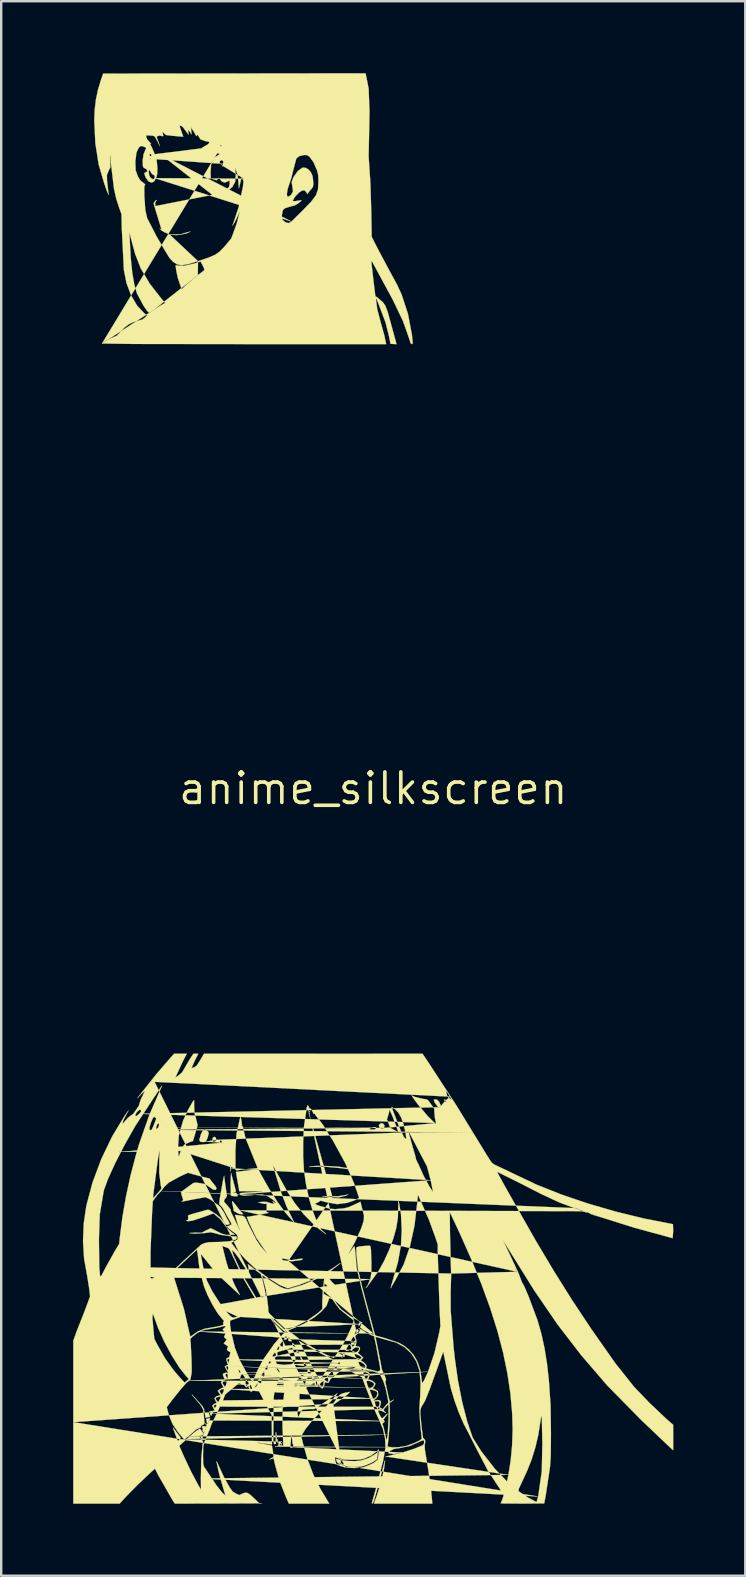
<source format=kicad_pcb>
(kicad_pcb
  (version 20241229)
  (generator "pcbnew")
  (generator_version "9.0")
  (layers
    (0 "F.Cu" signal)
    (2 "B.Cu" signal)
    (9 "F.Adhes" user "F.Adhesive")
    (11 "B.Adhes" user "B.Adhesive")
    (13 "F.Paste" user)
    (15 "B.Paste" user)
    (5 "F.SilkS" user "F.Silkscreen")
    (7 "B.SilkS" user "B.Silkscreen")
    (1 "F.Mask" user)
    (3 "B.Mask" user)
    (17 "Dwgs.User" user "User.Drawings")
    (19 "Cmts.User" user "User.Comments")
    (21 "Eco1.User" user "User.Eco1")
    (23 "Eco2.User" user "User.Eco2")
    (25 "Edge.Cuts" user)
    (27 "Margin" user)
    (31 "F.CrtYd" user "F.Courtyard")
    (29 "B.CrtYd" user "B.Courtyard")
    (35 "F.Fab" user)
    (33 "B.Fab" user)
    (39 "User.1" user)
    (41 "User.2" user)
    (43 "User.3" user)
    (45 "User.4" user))
  (footprint "anime_silkscreen"
    (layer "F.Cu")
    (at 12.505 29.809)
    (property "Reference" "anime_silkscreen" (at 0 0 0) (layer "F.SilkS") (effects (font (size 1.27 1.27) (thickness 0.15))))
    (attr through_hole)
    (fp_poly (pts (xy -11.303 -18.544) (xy -11.114 -18.679) (xy -10.843 -18.803) (xy -10.689 -18.869) (xy -10.55 -19.013) (xy -10.374 -19.201) (xy -10.195 -19.339) (xy -9.999 -19.436) (xy -9.775 -19.5) (xy -9.619 -19.546) (xy -9.514 -19.625) (xy -9.424 -19.714) (xy -9.541 -19.804) (xy -9.838 -20.116) (xy -10.092 -20.55) (xy -10.284 -21.062) (xy -10.393 -21.611) (xy -10.48 -23.334) (xy -10.494 -23.937) (xy -10.587 -24.193) (xy -10.711 -24.578) (xy -10.803 -24.982) (xy -10.923 -25.973) (xy -10.967 -26.405) (xy -10.975 -26.375) (xy -10.968 -26.158) (xy -10.955 -25.884) (xy -11.033 -25.731) (xy -11.099 -25.566) (xy -11.094 -25.335) (xy -11.046 -24.916) (xy -11.022 -24.731) (xy -11.089 -24.867) (xy -11.215 -25.223) (xy -11.443 -26.003) (xy -11.581 -26.886) (xy -11.627 -27.832) (xy -11.61 -28.282) (xy -11.558 -28.712) (xy -11.47 -29.127) (xy -11.347 -29.532) (xy -11.255 -29.792) (xy -5.787 -29.798) (xy -0.319 -29.804) (xy -0.269 -29.562) (xy -0.192 -29.166) (xy -0.155 -28.22) (xy -0.178 -27.041) (xy -0.193 -26.357) (xy -0.119 -25.246) (xy -0.08 -23.972) (xy -0.065 -22.992) (xy 0.174 -22.52) (xy 0.632 -21.658) (xy 0.989 -21.004) (xy 1.183 -20.584) (xy 1.447 -19.777) (xy 1.611 -18.916) (xy 1.645 -18.576) (xy 1.634 -18.527) (xy 1.603 -18.518) (xy 1.557 -18.559) (xy 1.505 -18.724) (xy 1.241 -19.475) (xy 0.812 -20.371) (xy -0.051 -21.965) (xy -0.072 -21.967) (xy -0.07 -21.859) (xy 0.006 -21.193) (xy 0.088 -20.521) (xy 0.192 -20.445) (xy 0.401 -20.266) (xy 0.505 -20.117) (xy 0.603 -19.859) (xy 0.95 -18.593) (xy 0.966 -18.515) (xy 0.843 -18.522) (xy 0.72 -18.53) (xy 0.656 -18.848) (xy 0.515 -19.415) (xy 0.15 -20.376) (xy 0.12 -20.422) (xy 0.113 -20.393) (xy 0.165 -19.983) (xy 0.298 -19.474) (xy 0.464 -18.872) (xy 0.526 -18.571) (xy 0.538 -18.518) (xy -5.39 -18.518) (xy -9.965 -18.524) (xy -11.303 -18.544) (xy -11.303 -18.544) (xy -9.164 -19.933) (xy -8.851 -20.137) (xy -8.674 -20.232) (xy -8.835 -20.421) (xy -9.315 -21.037) (xy -9.692 -21.679) (xy -9.922 -22.274) (xy -10.102 -22.933) (xy -10.158 -23.181) (xy -10.145 -22.827) (xy -10.105 -22.099) (xy -10.042 -21.489) (xy -9.957 -21.001) (xy -9.85 -20.638) (xy -9.575 -20.119) (xy -9.426 -19.904) (xy -9.333 -19.816) (xy -9.164 -19.933) (xy -9.164 -19.933) (xy -7.31 -21.394) (xy -7.045 -21.595) (xy -7.044 -21.655) (xy -7.106 -21.79) (xy -7.195 -21.958) (xy -7.457 -21.878) (xy -7.872 -21.785) (xy -8.173 -21.795) (xy -8.233 -21.808) (xy -8.235 -21.757) (xy -8.199 -21.528) (xy -8.145 -21.276) (xy -8.041 -20.966) (xy -7.982 -20.806) (xy -7.766 -21.014) (xy -7.31 -21.394) (xy -7.302 -21.975) (xy -6.855 -22.127) (xy -6.59 -22.241) (xy -6.409 -22.368) (xy -6.219 -22.559) (xy -5.912 -22.928) (xy -5.697 -23.524) (xy -5.556 -24.059) (xy -5.648 -23.858) (xy -5.782 -23.58) (xy -5.874 -23.453) (xy -5.829 -23.565) (xy -5.61 -24.223) (xy -5.429 -25.092) (xy -5.406 -25.305) (xy -5.445 -25.395) (xy -5.496 -25.463) (xy -5.514 -25.361) (xy -5.598 -25.002) (xy -5.615 -25.232) (xy -5.655 -25.587) (xy -5.746 -25.837) (xy -5.764 -25.857) (xy -5.756 -25.825) (xy -5.727 -25.587) (xy -5.749 -25.292) (xy -5.874 -25.063) (xy -6.053 -24.924) (xy -6.257 -24.872) (xy -6.458 -24.91) (xy -6.628 -25.037) (xy -6.695 -25.117) (xy -6.597 -25.124) (xy -6.503 -25.118) (xy -6.427 -25.072) (xy -6.313 -25.01) (xy -6.186 -24.989) (xy -6.075 -25.009) (xy -6.007 -25.071) (xy -5.981 -25.229) (xy -5.994 -25.341) (xy -6.068 -25.294) (xy -6.204 -25.248) (xy -6.336 -25.316) (xy -6.405 -25.424) (xy -6.435 -25.452) (xy -6.487 -25.393) (xy -6.526 -25.346) (xy -6.653 -25.386) (xy -6.771 -25.431) (xy -6.778 -25.664) (xy -6.759 -25.987) (xy -6.66 -26.221) (xy -6.579 -26.319) (xy -6.474 -26.385) (xy -6.389 -26.453) (xy -6.535 -26.475) (xy -6.616 -26.481) (xy -6.618 -26.497) (xy -6.599 -26.522) (xy -6.627 -26.537) (xy -6.77 -26.525) (xy -6.888 -26.501) (xy -6.865 -26.546) (xy -6.84 -26.578) (xy -6.85 -26.589) (xy -7.034 -26.547) (xy -7.317 -26.488) (xy -7.432 -26.474) (xy -7.302 -26.54) (xy -7.131 -26.633) (xy -7.123 -26.651) (xy -7.148 -26.663) (xy -7.144 -26.695) (xy -7.011 -26.771) (xy -6.88 -26.852) (xy -6.829 -26.915) (xy -6.86 -26.956) (xy -6.973 -26.971) (xy -7.042 -26.994) (xy -7.109 -27.018) (xy -7.205 -27.055) (xy -7.277 -27.177) (xy -7.325 -27.251) (xy -7.355 -27.201) (xy -7.364 -27.186) (xy -7.384 -27.203) (xy -7.468 -27.354) (xy -7.597 -27.556) (xy -7.574 -27.301) (xy -7.574 -27.255) (xy -7.637 -27.359) (xy -7.721 -27.461) (xy -7.705 -27.344) (xy -7.691 -27.242) (xy -7.815 -27.402) (xy -7.933 -27.561) (xy -8.01 -27.616) (xy -8.076 -27.622) (xy -7.999 -27.393) (xy -7.916 -27.162) (xy -8.052 -27.17) (xy -8.421 -27.205) (xy -8.632 -27.231) (xy -8.724 -27.303) (xy -8.782 -27.365) (xy -8.78 -27.321) (xy -8.752 -27.221) (xy -8.753 -27.191) (xy -8.797 -27.183) (xy -8.873 -27.208) (xy -8.916 -27.21) (xy -8.994 -27.179) (xy -9.021 -27.171) (xy -9.027 -27.147) (xy -8.963 -26.974) (xy -8.891 -26.767) (xy -8.993 -26.97) (xy -9.109 -27.176) (xy -9.187 -27.204) (xy -9.321 -27.213) (xy -9.462 -27.218) (xy -9.456 -27.14) (xy -9.425 -27.053) (xy -9.326 -26.944) (xy -9.257 -26.872) (xy -9.264 -26.863) (xy -9.294 -26.877) (xy -9.297 -26.857) (xy -9.201 -26.658) (xy -9.031 -26.252) (xy -8.994 -25.848) (xy -9.005 -25.595) (xy -9.047 -25.448) (xy -9.139 -25.29) (xy -9.239 -25.247) (xy -9.374 -25.306) (xy -9.489 -25.469) (xy -9.542 -25.628) (xy -9.523 -25.662) (xy -9.474 -25.68) (xy -9.403 -25.723) (xy -9.458 -25.809) (xy -9.548 -25.861) (xy -9.583 -25.886) (xy -9.604 -25.955) (xy -9.61 -26.175) (xy -9.572 -26.427) (xy -9.496 -26.619) (xy -9.464 -26.677) (xy -9.493 -26.717) (xy -9.619 -26.767) (xy -9.701 -26.768) (xy -9.766 -26.71) (xy -9.864 -26.515) (xy -9.915 -26.138) (xy -9.902 -25.766) (xy -9.807 -25.504) (xy -9.709 -25.341) (xy -9.623 -25.274) (xy -9.521 -25.194) (xy -9.499 -25.178) (xy -9.519 -25.157) (xy -9.543 -25.048) (xy -9.538 -24.665) (xy -9.5 -24.113) (xy -9.423 -23.771) (xy -9.019 -22.988) (xy -8.707 -22.461) (xy -8.491 -22.107) (xy -8.338 -21.945) (xy -8.174 -21.839) (xy -7.981 -21.808) (xy -7.708 -21.853) (xy -7.302 -21.975) (xy -7.302 -21.975) (xy -8.471 -23.073) (xy -8.459 -23.085) (xy -8.341 -23.082) (xy -8.042 -23.094) (xy -7.749 -23.178) (xy -7.615 -23.209) (xy -7.8 -23.125) (xy -8.172 -23.061) (xy -8.471 -23.073) (xy -8.809 -23.245) (xy -8.908 -23.341) (xy -8.795 -23.272) (xy -8.673 -23.176) (xy -8.687 -23.169) (xy -8.809 -23.245) (xy -8.809 -23.245) (xy -9.121 -24.263) (xy -9.151 -24.396) (xy -9.075 -24.501) (xy -9.028 -24.528) (xy -9.065 -24.454) (xy -9.092 -24.385) (xy -9.078 -24.283) (xy -9.065 -24.168) (xy -9.121 -24.263) (xy -9.121 -24.263) (xy -6.708 -24.739) (xy -6.748 -24.769) (xy -6.734 -24.782) (xy -6.58 -24.752) (xy -6.44 -24.708) (xy -6.546 -24.708) (xy -6.708 -24.739) (xy -6.708 -24.739) (xy -8.847 -26.421) (xy -8.854 -26.449) (xy -8.834 -26.434) (xy -8.818 -26.392) (xy -8.847 -26.421) (xy -8.847 -26.421) (xy -3.409 -23.626) (xy -2.963 -24.066) (xy -2.591 -24.45) (xy -2.388 -24.721) (xy -2.302 -24.969) (xy -2.285 -25.282) (xy -2.295 -25.564) (xy -2.341 -25.755) (xy -2.489 -26.098) (xy -2.652 -26.32) (xy -2.757 -26.396) (xy -2.886 -26.398) (xy -3.084 -26.35) (xy -3.204 -26.256) (xy -3.313 -25.849) (xy -3.418 -25.424) (xy -3.563 -24.999) (xy -3.6 -24.769) (xy -3.585 -24.677) (xy -3.544 -24.657) (xy -3.426 -24.733) (xy -3.345 -24.882) (xy -3.368 -25.073) (xy -3.401 -25.262) (xy -3.327 -25.472) (xy -3.146 -25.73) (xy -2.948 -25.874) (xy -2.822 -25.868) (xy -2.7 -25.798) (xy -2.596 -25.676) (xy -2.525 -25.515) (xy -2.492 -25.19) (xy -2.517 -25.064) (xy -2.567 -24.994) (xy -2.674 -24.873) (xy -2.749 -24.77) (xy -2.788 -24.849) (xy -2.86 -24.924) (xy -2.961 -24.92) (xy -3.091 -24.836) (xy -3.251 -24.672) (xy -3.352 -24.506) (xy -3.325 -24.475) (xy -3.246 -24.478) (xy -3.016 -24.514) (xy -2.989 -24.507) (xy -3 -24.485) (xy -3.154 -24.363) (xy -3.284 -24.292) (xy -3.434 -24.259) (xy -3.682 -24.18) (xy -3.765 -24.102) (xy -3.801 -23.934) (xy -3.816 -23.763) (xy -3.765 -23.68) (xy -3.633 -23.583) (xy -3.512 -23.563) (xy -3.409 -23.626) (xy -3.409 -23.626) (xy -9.108 -25.436) (xy -9.111 -25.532) (xy -9.174 -25.582) (xy -9.225 -25.612) (xy -9.272 -25.69) (xy -9.337 -25.79) (xy -9.356 -25.695) (xy -9.334 -25.545) (xy -9.281 -25.456) (xy -9.213 -25.403) (xy -9.149 -25.393) (xy -9.108 -25.436) (xy -9.108 -25.436) (xy -5.39 -25.412) (xy -5.415 -25.436) (xy -5.425 -25.412) (xy -5.4 -25.389) (xy -5.39 -25.412) (xy -6.263 -25.942) (xy -6.287 -25.967) (xy -6.31 -25.957) (xy -6.287 -25.932) (xy -6.263 -25.942) (xy -6.268 -26.031) (xy -6.241 -26.101) (xy -6.277 -26.169) (xy -6.333 -26.185) (xy -6.38 -26.154) (xy -6.401 -26.098) (xy -6.38 -26.037) (xy -6.325 -26.004) (xy -6.268 -26.031) (xy -6.268 -26.031) (xy -9.262 -26.239) (xy -9.287 -26.262) (xy -9.297 -26.239) (xy -9.272 -26.215) (xy -9.262 -26.239) (xy -9.246 -26.414) (xy -9.285 -26.451) (xy -9.325 -26.411) (xy -9.307 -26.355) (xy -9.254 -26.357) (xy -9.246 -26.414) (xy -6.316 -26.782) (xy -6.363 -26.829) (xy -6.381 -26.794) (xy -6.352 -26.75) (xy -6.302 -26.74) (xy -6.316 -26.782) (xy -6.316 -26.782)) (stroke (width 0.01) (type solid)) (fill yes) (layer "F.SilkS"))
    (fp_poly (pts (xy -12.5 26.409) (xy -12.5 23.014) (xy -12.372 22.654) (xy -12.018 21.754) (xy -11.802 21.171) (xy -11.843 20.809) (xy -11.927 20.283) (xy -12.05 19.608) (xy -12.096 18.877) (xy -12.066 18.127) (xy -11.959 17.398) (xy -11.702 16.43) (xy -11.335 15.447) (xy -10.878 14.496) (xy -10.349 13.622) (xy -10.192 13.409) (xy -10.288 13.585) (xy -10.413 13.829) (xy -10.458 13.981) (xy -10.397 13.925) (xy -10.246 13.747) (xy -10.111 13.637) (xy -10.012 13.568) (xy -9.929 13.457) (xy -9.843 13.333) (xy -9.771 13.228) (xy -9.704 13) (xy -9.582 12.743) (xy -9.51 12.6) (xy -9.68 12.753) (xy -9.838 12.919) (xy -9.727 12.773) (xy -9.037 11.902) (xy -8.426 11.195) (xy -8.296 11.054) (xy -8.033 11.054) (xy -7.769 11.054) (xy -7.925 11.351) (xy -8.246 12.045) (xy -8.099 11.948) (xy -7.966 11.831) (xy -7.862 11.653) (xy -7.63 11.257) (xy -7.494 11.054) (xy -7.393 11.054) (xy -7.291 11.054) (xy -7.439 11.348) (xy -7.575 11.653) (xy -7.465 11.623) (xy -7.357 11.55) (xy -7.209 11.318) (xy -7.053 11.054) (xy -2.5 11.054) (xy 2.052 11.055) (xy 2.248 11.341) (xy 3.479 13.231) (xy 4.795 15.38) (xy 4.927 15.576) (xy 5.026 15.664) (xy 6.802 16.509) (xy 7.826 16.916) (xy 8.933 17.293) (xy 10.102 17.633) (xy 11.311 17.929) (xy 12.491 18.158) (xy 12.5 18.45) (xy 12.478 18.742) (xy 10.885 18.308) (xy 9.342 17.823) (xy 9.305 17.818) (xy 9.292 17.806) (xy 9.247 17.794) (xy 9.217 17.799) (xy 9.219 17.783) (xy 9.22 17.767) (xy 9.187 17.773) (xy 9.155 17.779) (xy 9.156 17.762) (xy 9.158 17.746) (xy 9.125 17.752) (xy 9.091 17.746) (xy 8.976 17.682) (xy 8.837 17.648) (xy 8.854 17.658) (xy 8.871 17.67) (xy 7.777 17.261) (xy 6.986 16.895) (xy 6.177 16.479) (xy 5.158 15.973) (xy 5.405 16.429) (xy 5.927 17.356) (xy 6.762 18.825) (xy 7.538 20.128) (xy 8.299 21.34) (xy 9.091 22.533) (xy 10.093 23.96) (xy 10.872 24.939) (xy 11.508 25.603) (xy 12.214 26.271) (xy 12.5 26.52) (xy 12.5 27.049) (xy 12.5 27.578) (xy 12.444 27.534) (xy 11.163 26.317) (xy 9.748 24.877) (xy 8.661 23.613) (xy 7.675 22.331) (xy 6.703 20.91) (xy 5.656 19.231) (xy 5.412 18.835) (xy 5.639 19.314) (xy 6.048 20.183) (xy 6.197 20.577) (xy 6.203 20.588) (xy 6.293 20.745) (xy 6.468 21.153) (xy 6.841 22.15) (xy 7.006 22.723) (xy 7.14 23.333) (xy 7.245 23.989) (xy 7.322 24.7) (xy 7.391 25.717) (xy 7.406 26.877) (xy 7.399 27.801) (xy 7.369 28.262) (xy 7.186 29.477) (xy 7.125 29.795) (xy 6.219 29.804) (xy 5.312 29.796) (xy 5.375 29.641) (xy 5.437 29.451) (xy 5.29 29.209) (xy 4.77 28.416) (xy 4.281 27.477) (xy 3.986 26.894) (xy 3.773 26.486) (xy 3.569 26.015) (xy 3.384 25.506) (xy 3.229 24.981) (xy 2.957 23.663) (xy 2.918 23.471) (xy 2.816 23.757) (xy 2.37 24.993) (xy 2.166 25.505) (xy 2.084 25.648) (xy 2.011 25.762) (xy 1.962 25.899) (xy 1.965 26.11) (xy 2.008 26.544) (xy 2.052 26.912) (xy 2.072 27.05) (xy 2.116 27.105) (xy 2.157 27.15) (xy 2.167 27.233) (xy 2.145 27.368) (xy 2.155 27.581) (xy 2.291 28.387) (xy 2.39 29.05) (xy 2.449 29.643) (xy 2.462 29.804) (xy 1.244 29.804) (xy 0.027 29.804) (xy 0.148 29.474) (xy 0.325 28.92) (xy 0.449 28.357) (xy 0.497 27.999) (xy 0.475 28.037) (xy 0.427 28.231) (xy 0.166 29.21) (xy 0.021 29.715) (xy -0.032 29.804) (xy -0.063 29.791) (xy 0.093 29.244) (xy 0.408 28.044) (xy 0.511 27.465) (xy 0.49 27.074) (xy 0.399 26.686) (xy 0.255 26.335) (xy 0.1 26.002) (xy -0.364 24.823) (xy -0.464 24.54) (xy -0.716 24.417) (xy -0.976 24.267) (xy -0.857 24.184) (xy -0.736 24.116) (xy -0.786 24.106) (xy -1.042 24.138) (xy -1.284 24.189) (xy -1.501 24.386) (xy -1.697 24.555) (xy -1.776 24.606) (xy -1.832 24.705) (xy -1.853 24.759) (xy -1.897 24.771) (xy -1.984 24.753) (xy -2.013 24.75) (xy -2.021 24.786) (xy -2.058 24.923) (xy -2.115 25.012) (xy -2.191 24.963) (xy -2.26 24.863) (xy -2.284 24.818) (xy -2.291 24.837) (xy -2.331 24.917) (xy -2.37 24.941) (xy -2.404 24.905) (xy -2.438 24.81) (xy -2.446 24.774) (xy -2.495 24.788) (xy -2.716 24.923) (xy -2.831 24.994) (xy -2.864 24.997) (xy -2.829 24.794) (xy -2.794 24.62) (xy -2.719 24.553) (xy -2.692 24.538) (xy -2.729 24.534) (xy -2.881 24.483) (xy -2.98 24.434) (xy -3.136 24.621) (xy -3.275 24.81) (xy -3.279 24.954) (xy -3.266 25.03) (xy -3.194 24.922) (xy -3.097 24.768) (xy -3.077 24.834) (xy -3.074 25.226) (xy -3.083 25.672) (xy -3.121 25.854) (xy -3.154 25.974) (xy -3.153 26.088) (xy -3.125 26.2) (xy -3.053 26.053) (xy -3.005 25.947) (xy -2.945 25.89) (xy -2.673 25.864) (xy -2.46 25.865) (xy -2.152 25.668) (xy -1.588 25.275) (xy -1.488 25.201) (xy -1.553 25.301) (xy -1.965 25.752) (xy -2.532 26.332) (xy -2.819 26.687) (xy -2.962 26.923) (xy -3.003 26.99) (xy -2.928 27.298) (xy -2.738 27.96) (xy -2.501 28.581) (xy -2.212 29.173) (xy -1.866 29.747) (xy -1.829 29.804) (xy -2.672 29.804) (xy -3.515 29.804) (xy -3.621 29.57) (xy -3.909 28.847) (xy -4.095 28.171) (xy -4.154 27.914) (xy -4.238 27.94) (xy -4.339 27.965) (xy -4.254 27.912) (xy -4.166 27.864) (xy -4.157 27.809) (xy -4.188 27.576) (xy -4.224 27.385) (xy -4.521 27.326) (xy -4.823 27.275) (xy -4.832 27.267) (xy -4.779 27.265) (xy -4.271 27.336) (xy -4.219 27.347) (xy -4.226 26.729) (xy -4.234 26.111) (xy -4.499 25.619) (xy -4.777 25.091) (xy -4.81 25.055) (xy -4.833 25.075) (xy -4.867 25.093) (xy -4.939 25.042) (xy -4.989 24.989) (xy -5.025 25.074) (xy -5.082 25.158) (xy -5.143 25.095) (xy -5.186 24.967) (xy -5.198 24.885) (xy -5.244 24.928) (xy -5.299 24.966) (xy -5.333 24.908) (xy -5.396 24.846) (xy -5.515 24.817) (xy -5.598 24.787) (xy -5.884 25.02) (xy -6.17 25.252) (xy -6.25 25.463) (xy -6.506 26.015) (xy -6.733 26.48) (xy -6.816 26.708) (xy -6.893 26.895) (xy -7.034 27.231) (xy -7.084 27.43) (xy -7.093 27.794) (xy -7.087 28.135) (xy -7.054 28.262) (xy -6.545 29.027) (xy -6.287 29.353) (xy -6.157 29.468) (xy -6.223 29.262) (xy -6.414 28.597) (xy -6.537 28.044) (xy -6.513 28.064) (xy -6.461 28.179) (xy -6.229 28.685) (xy -5.981 29.131) (xy -5.855 29.305) (xy -5.719 29.386) (xy -5.583 29.448) (xy -5.474 29.397) (xy -5.347 29.349) (xy -5.242 29.358) (xy -5.119 29.439) (xy -4.938 29.608) (xy -4.76 29.781) (xy -4.635 29.789) (xy -4.735 29.792) (xy -5.099 29.795) (xy -6.39 29.8) (xy -8.269 29.804) (xy -8.35 29.684) (xy -8.957 28.627) (xy -9.097 28.347) (xy -9.328 28.556) (xy -9.795 28.998) (xy -10.303 29.513) (xy -10.568 29.804) (xy -11.534 29.804) (xy -12.5 29.804) (xy -12.5 26.409) (xy 6.873 29.507) (xy 7.023 28.46) (xy 7.047 27.321) (xy 7.025 26.231) (xy 7.01 26.146) (xy 7.003 26.148) (xy 6.877 26.952) (xy 6.755 27.467) (xy 6.609 27.941) (xy 6.425 28.413) (xy 6.187 28.927) (xy 6.055 29.212) (xy 6.059 29.289) (xy 6.458 29.555) (xy 6.805 29.741) (xy 6.873 29.507) (xy 6.873 29.507) (xy -7.184 28.757) (xy -7.167 27.896) (xy -7.11 27.327) (xy -7.089 27.224) (xy -7.131 27.171) (xy -7.218 27.07) (xy -7.24 26.993) (xy -7.145 26.947) (xy -7.068 26.912) (xy -7.091 26.869) (xy -7.156 26.762) (xy -7.229 26.679) (xy -7.462 26.835) (xy -7.972 27.294) (xy -8.083 27.398) (xy -7.897 27.821) (xy -7.588 28.475) (xy -7.282 29.049) (xy -7.179 29.221) (xy -7.184 28.757) (xy -7.184 28.757) (xy 5.632 28.606) (xy 5.729 27.994) (xy 5.788 27.358) (xy 5.809 26.71) (xy 5.791 26.06) (xy 5.716 25.218) (xy 5.589 24.366) (xy 5.408 23.493) (xy 5.169 22.59) (xy 4.87 21.648) (xy 4.508 20.657) (xy 4.08 19.608) (xy 3.584 18.492) (xy 3.265 17.814) (xy 3.191 17.669) (xy 3.199 18.533) (xy 3.228 19.679) (xy 3.248 20.283) (xy 3.226 20.978) (xy 3.228 21.77) (xy 3.354 23.346) (xy 3.406 23.794) (xy 3.531 24.683) (xy 3.707 25.573) (xy 3.917 26.387) (xy 4.142 27.048) (xy 4.502 27.624) (xy 5.07 28.354) (xy 5.575 28.881) (xy 5.632 28.606) (xy 5.632 28.606) (xy 0.514 27.842) (xy 0.502 27.854) (xy 0.513 27.882) (xy 0.514 27.842) (xy 0.514 27.842) (xy 1.219 27.676) (xy 1.728 27.511) (xy 2.048 27.378) (xy 2.101 27.328) (xy 2.121 27.265) (xy 2.108 27.157) (xy 1.995 27.194) (xy 1.534 27.398) (xy 1.09 27.492) (xy 0.865 27.523) (xy 0.734 27.59) (xy 0.644 27.66) (xy 0.63 27.705) (xy 0.854 27.739) (xy 1.219 27.676) (xy -3.356 27.45) (xy -3.324 27.443) (xy -3.33 27.413) (xy -3.339 27.351) (xy -3.352 27.325) (xy -3.364 27.299) (xy -3.382 27.116) (xy -3.409 26.96) (xy -3.426 27.071) (xy -3.447 27.35) (xy -3.446 27.479) (xy -3.427 27.485) (xy -3.356 27.45) (xy -3.356 27.45) (xy 1.079 27.449) (xy 1.384 27.397) (xy 1.688 27.288) (xy 1.935 27.173) (xy 2.022 27.106) (xy 1.955 26.461) (xy 1.921 25.87) (xy 1.958 25.294) (xy 1.972 24.775) (xy 1.927 24.264) (xy 1.795 23.878) (xy 1.587 23.55) (xy 1.307 23.287) (xy 0.958 23.094) (xy 0.092 22.852) (xy 0.137 23.064) (xy 0.322 24.008) (xy 0.358 24.21) (xy 0.406 24.32) (xy 0.503 24.532) (xy 0.535 24.646) (xy 0.518 24.686) (xy 0.503 24.741) (xy 0.546 24.926) (xy 0.638 25.361) (xy 0.696 25.56) (xy 0.799 25.497) (xy 0.864 25.47) (xy 0.765 25.551) (xy 0.677 25.611) (xy 0.69 25.89) (xy 0.684 26.531) (xy 0.628 27.158) (xy 0.596 27.426) (xy 0.808 27.469) (xy 1.079 27.449) (xy 1.079 27.449) (xy -4.042 27.429) (xy -4.062 27.408) (xy -4.083 27.429) (xy -4.062 27.45) (xy -4.042 27.429) (xy -3.753 27.259) (xy -3.783 26.606) (xy -3.779 25.878) (xy -3.722 25.288) (xy -3.706 25.099) (xy -3.728 24.842) (xy -3.762 24.61) (xy -3.802 24.557) (xy -3.866 24.531) (xy -3.901 24.526) (xy -3.903 24.566) (xy -3.954 24.715) (xy -4.101 25.043) (xy -4.148 25.372) (xy -4.166 27.162) (xy -4.141 27.27) (xy -4.138 27.293) (xy -4.136 27.318) (xy -4.1 27.325) (xy -4.061 27.314) (xy -4.055 27.268) (xy -4.062 27.21) (xy -4.065 26.846) (xy -4.053 26.822) (xy -4.039 26.887) (xy -4.022 27.075) (xy -4.016 27.141) (xy -4 27.137) (xy -3.984 27.12) (xy -3.982 27.148) (xy -3.981 27.242) (xy -3.974 27.28) (xy -3.957 27.252) (xy -3.943 27.235) (xy -3.948 27.284) (xy -3.949 27.344) (xy -3.922 27.36) (xy -3.771 27.393) (xy -3.754 27.4) (xy -3.753 27.259) (xy -3.753 27.259) (xy -3.862 27.315) (xy -3.889 27.29) (xy -3.857 27.289) (xy -3.812 27.319) (xy -3.819 27.343) (xy -3.862 27.315) (xy -3.862 27.315) (xy -3.844 27.221) (xy -3.822 27.2) (xy -3.813 27.221) (xy -3.835 27.242) (xy -3.844 27.221) (xy -3.844 27.221) (xy -8.063 27.118) (xy -8.021 27.058) (xy -8.106 26.95) (xy -8.273 26.726) (xy -8.348 26.628) (xy -8.335 26.683) (xy -8.248 26.919) (xy -8.164 27.154) (xy -8.128 27.188) (xy -8.063 27.118) (xy 0.603 26.934) (xy 0.639 26.266) (xy 0.637 25.73) (xy 0.623 25.673) (xy 0.532 25.762) (xy 0.434 25.888) (xy 0.442 25.93) (xy 0.483 25.97) (xy 0.533 26.026) (xy 0.465 25.997) (xy 0.328 25.931) (xy 0.218 25.916) (xy 0.208 25.957) (xy 0.258 26.09) (xy 0.359 26.258) (xy 0.48 26.159) (xy 0.581 26.059) (xy 0.597 26.059) (xy 0.582 26.098) (xy 0.485 26.223) (xy 0.426 26.3) (xy 0.45 26.348) (xy 0.477 26.391) (xy 0.434 26.432) (xy 0.378 26.472) (xy 0.427 26.612) (xy 0.542 27.116) (xy 0.559 27.158) (xy 0.603 26.934) (xy 0.603 26.934) (xy -7.714 27.006) (xy -7.388 26.721) (xy -7.237 26.643) (xy -7.198 26.64) (xy -7.183 26.599) (xy -7.164 26.554) (xy -7.111 26.529) (xy -7.056 26.503) (xy -7.032 26.452) (xy -7.081 25.906) (xy -7.168 25.732) (xy -7.362 25.494) (xy -7.546 25.289) (xy -7.561 25.254) (xy -7.129 25.727) (xy -7.055 25.859) (xy -7.019 26.036) (xy -6.994 26.225) (xy -6.932 26.212) (xy -6.83 26.2) (xy -6.801 26.191) (xy -6.822 26.138) (xy -6.854 26.025) (xy -6.838 25.978) (xy -6.767 25.949) (xy -6.634 25.934) (xy -6.603 25.929) (xy -6.648 25.849) (xy -6.708 25.729) (xy -6.648 25.66) (xy -6.554 25.617) (xy -6.524 25.602) (xy -6.574 25.52) (xy -6.62 25.41) (xy -6.528 25.329) (xy -6.401 25.294) (xy -6.37 25.289) (xy -6.418 25.205) (xy -6.481 25.106) (xy -6.416 25.048) (xy -6.294 24.978) (xy -6.235 24.967) (xy -6.297 24.853) (xy -6.345 24.751) (xy -6.32 24.709) (xy -6.226 24.666) (xy -6.17 24.654) (xy -6.221 24.559) (xy -6.271 24.427) (xy -6.228 24.368) (xy -6.112 24.346) (xy -6.034 24.346) (xy -6.077 24.299) (xy -6.187 24.096) (xy -6.114 24.042) (xy -6.041 24.012) (xy -6.084 23.953) (xy -6.121 23.813) (xy -6.106 23.744) (xy -6.058 23.725) (xy -6.009 23.705) (xy -5.988 23.641) (xy -5.956 23.531) (xy -5.96 23.496) (xy -6.022 23.46) (xy -6.099 23.401) (xy -6.073 23.304) (xy -6.053 23.252) (xy -6.078 23.232) (xy -6.173 23.172) (xy -6.231 23.124) (xy -6.167 23.044) (xy -6.103 22.963) (xy -6.167 22.923) (xy -6.219 22.852) (xy -6.168 22.742) (xy -6.146 22.688) (xy -6.206 22.62) (xy -6.281 22.55) (xy -6.213 22.49) (xy -6.146 22.421) (xy -6.196 22.401) (xy -6.321 22.43) (xy -6.488 22.471) (xy -7.102 22.578) (xy -7.328 22.688) (xy -7.526 22.841) (xy -7.625 22.941) (xy -7.605 23.138) (xy -7.571 23.867) (xy -7.565 24.321) (xy -7.591 24.479) (xy -7.613 24.599) (xy -7.622 24.637) (xy -7.787 24.772) (xy -8.01 25.023) (xy -8.364 25.464) (xy -8.604 25.787) (xy -8.517 26.117) (xy -8.361 26.497) (xy -8.094 26.884) (xy -7.874 27.137) (xy -7.714 27.006) (xy -7.714 27.006) (xy -7.094 26.975) (xy -7.154 26.991) (xy -7.198 27.016) (xy -7.174 27.067) (xy -7.137 27.122) (xy -7.113 27.052) (xy -7.094 26.975) (xy -7.094 26.975) (xy -6.961 26.586) (xy -7.099 26.573) (xy -7.146 26.613) (xy -7.112 26.667) (xy -7.09 26.683) (xy -7.104 26.71) (xy -7.118 26.746) (xy -7.093 26.797) (xy -7.057 26.853) (xy -7.005 26.723) (xy -6.961 26.586) (xy -6.961 26.586) (xy -6.937 26.505) (xy -6.969 26.471) (xy -6.994 26.456) (xy -7 26.479) (xy -6.969 26.512) (xy -6.937 26.505) (xy -6.937 26.505) (xy -6.835 26.34) (xy -6.792 26.24) (xy -6.87 26.254) (xy -6.963 26.276) (xy -6.931 26.446) (xy -6.892 26.451) (xy -6.835 26.34) (xy -6.835 26.34) (xy 0.427 26.367) (xy 0.395 26.346) (xy 0.375 26.367) (xy 0.407 26.387) (xy 0.427 26.367) (xy -6.706 26.054) (xy -6.669 25.97) (xy -6.725 25.984) (xy -6.801 26.02) (xy -6.792 26.095) (xy -6.756 26.145) (xy -6.706 26.054) (xy -6.706 26.054) (xy 0.396 25.865) (xy 0.513 25.72) (xy 0.63 25.597) (xy 0.606 25.43) (xy 0.515 24.993) (xy 0.42 24.7) (xy 0.336 24.53) (xy 0.286 24.426) (xy 0.222 24.361) (xy -0.068 24.275) (xy -0.302 24.233) (xy -0.385 24.254) (xy -0.437 24.291) (xy -0.359 24.288) (xy -0.212 24.323) (xy -0.164 24.369) (xy -0.146 24.424) (xy -0.185 24.56) (xy -0.225 24.637) (xy -0.167 24.637) (xy -0.041 24.685) (xy 0.077 24.777) (xy 0.089 24.819) (xy 0.061 24.891) (xy -0.014 24.985) (xy -0.014 25.004) (xy 0.054 25.036) (xy 0.19 25.119) (xy 0.211 25.28) (xy 0.141 25.393) (xy 0.01 25.504) (xy 0.009 25.516) (xy 0.094 25.502) (xy 0.205 25.487) (xy 0.275 25.505) (xy 0.319 25.541) (xy 0.32 25.611) (xy 0.278 25.771) (xy 0.259 25.84) (xy 0.275 25.87) (xy 0.35 25.886) (xy 0.396 25.865) (xy 0.396 25.865) (xy 0.23 25.771) (xy 0.269 25.624) (xy 0.246 25.541) (xy 0.148 25.531) (xy 0.057 25.552) (xy 0.085 25.67) (xy 0.147 25.82) (xy 0.177 25.867) (xy 0.23 25.771) (xy 0.23 25.771) (xy -6.555 25.762) (xy -6.532 25.682) (xy -6.594 25.683) (xy -6.642 25.724) (xy -6.633 25.792) (xy -6.603 25.822) (xy -6.555 25.762) (xy -6.421 25.505) (xy -6.365 25.39) (xy -6.364 25.354) (xy -6.406 25.346) (xy -6.522 25.378) (xy -6.57 25.412) (xy -6.56 25.456) (xy -6.468 25.575) (xy -6.421 25.505) (xy 0.046 25.428) (xy 0.131 25.351) (xy 0.17 25.23) (xy 0.163 25.153) (xy 0.084 25.101) (xy -0.056 25.057) (xy -0.151 25.066) (xy -0.006 25.45) (xy 0.046 25.428) (xy -6.228 25.026) (xy -6.327 25.044) (xy -6.411 25.109) (xy -6.361 25.201) (xy -6.303 25.269) (xy -6.253 25.16) (xy -6.22 25.069) (xy -6.228 25.026) (xy -6.228 25.026) (xy -5.051 25.029) (xy -5.06 24.954) (xy -5.083 24.909) (xy -5.115 24.846) (xy -5.14 24.842) (xy -5.146 24.917) (xy -5.109 25.082) (xy -5.078 25.088) (xy -5.051 25.029) (xy -5.051 25.029) (xy -4.824 24.893) (xy -4.827 24.777) (xy -4.958 24.97) (xy -4.912 25.022) (xy -4.851 25.026) (xy -4.824 24.893) (xy -4.824 24.893) (xy -0.084 24.981) (xy 0.004 24.909) (xy 0.042 24.825) (xy -0.003 24.762) (xy -0.105 24.708) (xy -0.214 24.681) (xy -0.281 24.7) (xy -0.251 24.841) (xy -0.198 24.986) (xy -0.164 25.011) (xy -0.084 24.981) (xy -0.084 24.981) (xy -6.128 24.837) (xy -6.104 24.722) (xy -6.165 24.701) (xy -6.259 24.727) (xy -6.286 24.761) (xy -6.26 24.826) (xy -6.179 24.94) (xy -6.128 24.837) (xy -6.128 24.837) (xy -2.088 24.893) (xy -2.058 24.683) (xy -2.175 24.757) (xy -2.229 24.822) (xy -2.196 24.904) (xy -2.137 24.95) (xy -2.088 24.893) (xy -5.188 24.765) (xy -5.302 24.641) (xy -5.327 24.747) (xy -5.313 24.866) (xy -5.288 24.912) (xy -5.228 24.855) (xy -5.186 24.803) (xy -5.188 24.765) (xy -5.188 24.765) (xy -2.324 24.833) (xy -2.348 24.724) (xy -2.385 24.669) (xy -2.392 24.749) (xy -2.373 24.883) (xy -2.348 24.886) (xy -2.324 24.833) (xy -2.324 24.833) (xy -4.66 24.731) (xy -4.668 24.605) (xy -4.706 24.533) (xy -4.765 24.624) (xy -4.809 24.715) (xy -4.755 24.769) (xy -4.689 24.811) (xy -4.66 24.731) (xy 2.284 24.309) (xy 2.551 23.528) (xy 2.751 22.669) (xy 2.799 22.398) (xy 2.763 21.679) (xy 2.688 19.398) (xy 2.687 19.002) (xy 2.575 18.668) (xy 2.323 17.98) (xy 1.864 16.934) (xy 1.834 17.252) (xy 1.717 18.23) (xy 1.528 19.094) (xy 1.269 19.837) (xy 0.942 20.452) (xy 0.772 20.749) (xy 0.73 20.833) (xy 0.743 20.747) (xy 1.028 19.747) (xy 1.156 19.034) (xy 1.186 18.392) (xy 1.156 17.752) (xy 1.05 17.117) (xy 1.042 17.455) (xy 1.026 17.902) (xy 0.961 18.308) (xy 0.843 18.74) (xy 0.669 19.215) (xy 0.456 19.685) (xy 0.225 20.104) (xy -0.259 20.772) (xy -0.318 20.825) (xy -0.236 20.71) (xy -0.122 20.439) (xy -0.081 20.209) (xy -0.076 19.783) (xy -0.095 19.211) (xy -0.117 19.086) (xy -0.147 19.054) (xy -0.381 19.066) (xy -0.609 19.092) (xy -0.674 19.117) (xy -0.697 19.123) (xy -0.707 19.159) (xy -0.702 19.424) (xy -0.634 20.04) (xy -0.479 20.71) (xy 0.043 22.666) (xy 0.074 22.764) (xy 0.113 22.806) (xy 0.456 22.898) (xy 1.059 23.098) (xy 1.278 23.221) (xy 1.472 23.374) (xy 1.687 23.615) (xy 1.848 23.894) (xy 1.956 24.213) (xy 2.011 24.575) (xy 2.037 24.792) (xy 2.121 24.666) (xy 2.284 24.309) (xy 2.284 24.309) (xy -7.769 24.686) (xy -7.686 24.609) (xy -7.789 24.503) (xy -8.072 24.146) (xy -8.392 23.641) (xy -8.702 23.069) (xy -8.955 22.51) (xy -9.167 21.933) (xy -9.19 21.896) (xy -9.202 22.071) (xy -9.155 22.626) (xy -9.123 22.937) (xy -9 23.178) (xy -8.673 23.754) (xy -8.336 24.221) (xy -8.138 24.46) (xy -7.861 24.762) (xy -7.769 24.686) (xy -1.872 24.695) (xy -1.886 24.547) (xy -1.902 24.487) (xy -1.816 24.501) (xy -1.693 24.502) (xy -1.646 24.458) (xy -1.678 24.35) (xy -1.711 24.273) (xy -1.764 24.335) (xy -1.929 24.515) (xy -2.041 24.632) (xy -1.987 24.687) (xy -1.906 24.739) (xy -1.872 24.695) (xy -1.872 24.695) (xy -4.98 24.614) (xy -4.827 24.259) (xy -4.588 23.804) (xy -4.135 23.163) (xy -3.897 22.876) (xy -3.74 22.724) (xy -3.726 22.684) (xy -3.844 22.57) (xy -4.127 22.294) (xy -4.304 22.054) (xy -4.534 21.741) (xy -4.755 21.476) (xy -4.845 21.367) (xy -4.93 21.507) (xy -5.143 21.778) (xy -5.392 21.972) (xy -5.719 22.091) (xy -5.966 22.18) (xy -5.97 22.329) (xy -5.925 22.64) (xy -5.764 23.314) (xy -5.57 23.812) (xy -5.291 24.325) (xy -5.111 24.616) (xy -5.02 24.721) (xy -4.98 24.614) (xy -5.374 24.616) (xy -5.333 24.574) (xy -5.461 24.387) (xy -5.508 24.447) (xy -5.551 24.57) (xy -5.554 24.629) (xy -5.49 24.637) (xy -5.374 24.616) (xy -2.474 24.544) (xy -2.547 24.45) (xy -2.549 24.624) (xy -2.476 24.637) (xy -2.418 24.637) (xy -2.474 24.544) (xy -0.256 24.591) (xy -0.2 24.467) (xy -0.197 24.399) (xy -0.233 24.358) (xy -0.34 24.326) (xy -0.423 24.341) (xy -0.311 24.637) (xy -0.256 24.591) (xy -0.256 24.591) (xy -6.101 24.391) (xy -6.168 24.411) (xy -6.13 24.513) (xy -6.073 24.606) (xy -6.062 24.502) (xy -6.061 24.412) (xy -6.101 24.391) (xy -6.101 24.391) (xy -2.142 24.538) (xy -1.951 24.262) (xy -1.802 24.012) (xy -1.691 23.82) (xy -1.689 23.79) (xy -1.714 23.775) (xy -2.169 23.554) (xy -2.721 23.247) (xy -3.099 23.02) (xy -3.016 23.167) (xy -2.694 23.804) (xy -2.383 24.402) (xy -2.229 24.596) (xy -2.142 24.538) (xy -4.531 24.47) (xy -4.531 24.37) (xy -4.563 24.293) (xy -4.667 24.46) (xy -4.559 24.511) (xy -4.531 24.47) (xy -2.583 24.378) (xy -2.68 24.202) (xy -2.722 24.226) (xy -2.75 24.305) (xy -2.739 24.354) (xy -2.693 24.372) (xy -2.583 24.378) (xy -2.583 24.378) (xy -5.522 24.328) (xy -5.575 24.252) (xy -5.62 24.209) (xy -5.591 24.329) (xy -5.552 24.353) (xy -5.522 24.328) (xy -5.522 24.328) (xy -3.889 24.332) (xy -3.928 24.258) (xy -3.979 24.177) (xy -4.012 24.158) (xy -4.036 24.174) (xy -3.979 24.267) (xy -3.923 24.338) (xy -3.889 24.332) (xy -3.889 24.332) (xy 0.241 24.283) (xy 0.288 24.245) (xy 0.283 24.111) (xy 0.12 23.216) (xy 0.032 22.825) (xy -0.041 22.802) (xy -0.28 22.69) (xy -0.51 22.542) (xy -0.613 22.489) (xy -0.584 22.523) (xy -0.542 22.563) (xy -0.61 22.682) (xy -0.717 22.786) (xy -0.756 22.816) (xy -0.735 22.885) (xy -0.697 23.037) (xy -0.719 23.173) (xy -0.737 23.232) (xy -0.698 23.242) (xy -0.595 23.265) (xy -0.554 23.298) (xy -0.552 23.363) (xy -0.603 23.48) (xy -0.645 23.524) (xy -0.531 23.615) (xy -0.417 23.722) (xy -0.481 23.792) (xy -0.516 23.846) (xy -0.42 23.896) (xy -0.311 23.999) (xy -0.28 24.055) (xy -0.287 24.112) (xy -0.306 24.169) (xy -0.064 24.234) (xy 0.181 24.302) (xy 0.241 24.283) (xy 0.241 24.283) (xy -6.049 24.081) (xy -6.102 24.085) (xy -6.145 24.098) (xy -6.099 24.186) (xy -6.052 24.273) (xy -6.046 24.182) (xy -6.049 24.081) (xy -6.049 24.081) (xy -1.533 24.25) (xy -1.5 24.17) (xy -1.528 24.077) (xy -1.563 24.076) (xy -1.614 24.14) (xy -1.654 24.212) (xy -1.643 24.244) (xy -1.533 24.25) (xy -1.533 24.25) (xy -0.433 24.193) (xy -0.488 24.184) (xy -0.488 24.228) (xy -0.469 24.25) (xy -0.431 24.238) (xy -0.386 24.214) (xy -0.433 24.193) (xy -4.396 24.127) (xy -4.413 24.033) (xy -4.517 24.205) (xy -4.46 24.221) (xy -4.405 24.208) (xy -4.396 24.127) (xy -4.396 24.127) (xy -0.328 24.107) (xy -0.337 24.05) (xy -0.392 23.982) (xy -0.52 23.901) (xy -0.62 23.897) (xy -0.583 24.008) (xy -0.525 24.091) (xy -0.448 24.13) (xy -0.35 24.153) (xy -0.328 24.107) (xy -2.742 24.091) (xy -2.883 23.923) (xy -2.896 24.004) (xy -2.885 24.062) (xy -2.839 24.092) (xy -2.753 24.114) (xy -2.742 24.09) (xy -2.742 24.091) (xy -3.416 23.993) (xy -3.297 23.934) (xy -3.25 23.824) (xy -3.245 23.727) (xy -3.275 23.617) (xy -3.34 23.403) (xy -3.38 23.304) (xy -3.475 23.338) (xy -3.86 23.45) (xy -3.968 23.482) (xy -4.005 23.52) (xy -4 23.576) (xy -3.995 23.633) (xy -4.036 23.679) (xy -4.106 23.721) (xy -4.083 23.809) (xy -4.042 23.935) (xy -4.012 23.983) (xy -3.723 24.023) (xy -3.416 23.993) (xy -3.416 23.993) (xy -1.379 23.945) (xy -1.414 23.898) (xy -1.474 23.945) (xy -1.492 23.985) (xy -1.439 23.992) (xy -1.385 23.983) (xy -1.379 23.945) (xy -4.271 23.872) (xy -4.271 23.773) (xy -4.322 23.856) (xy -4.371 23.953) (xy -4.323 23.971) (xy -4.279 23.956) (xy -4.271 23.872) (xy -4.271 23.872) (xy -6.002 23.799) (xy -6.042 23.762) (xy -6.084 23.811) (xy -6.058 23.915) (xy -6.034 23.946) (xy -6.019 23.898) (xy -6.002 23.799) (xy -6.002 23.799) (xy -2.937 23.816) (xy -2.984 23.727) (xy -3.031 23.648) (xy -3.038 23.709) (xy -3.008 23.798) (xy -2.937 23.816) (xy -2.937 23.816) (xy -0.547 23.783) (xy -0.479 23.726) (xy -0.576 23.635) (xy -0.723 23.575) (xy -0.792 23.575) (xy -0.729 23.7) (xy -0.64 23.825) (xy -0.547 23.783) (xy -1.476 23.502) (xy -1.24 23.131) (xy -1.056 22.782) (xy -0.888 22.406) (xy -0.812 22.17) (xy -1.059 21.976) (xy -1.405 21.697) (xy -1.6 21.437) (xy -1.688 21.296) (xy -1.787 21.25) (xy -1.844 21.252) (xy -1.866 21.338) (xy -1.949 21.564) (xy -2.177 21.814) (xy -2.437 22.027) (xy -2.885 22.309) (xy -3.513 22.575) (xy -3.543 22.589) (xy -3.525 22.622) (xy -3.39 22.707) (xy -3.256 22.805) (xy -3.003 23.002) (xy -2.484 23.319) (xy -1.95 23.603) (xy -1.642 23.736) (xy -1.476 23.502) (xy -1.203 23.685) (xy -1.188 23.62) (xy -1.206 23.537) (xy -1.232 23.537) (xy -1.278 23.603) (xy -1.333 23.709) (xy -1.203 23.685) (xy -1.203 23.685) (xy -4.082 23.657) (xy -4.053 23.628) (xy -4.055 23.579) (xy -4.091 23.507) (xy -4.154 23.567) (xy -4.208 23.663) (xy -4.163 23.678) (xy -4.082 23.657) (xy -3.128 23.471) (xy -3.167 23.414) (xy -3.191 23.413) (xy -3.196 23.497) (xy -3.087 23.552) (xy -3.128 23.471) (xy -0.725 23.503) (xy -0.635 23.448) (xy -0.594 23.364) (xy -0.592 23.318) (xy -0.629 23.297) (xy -0.738 23.289) (xy -0.829 23.348) (xy -0.895 23.413) (xy -0.853 23.473) (xy -0.804 23.529) (xy -0.725 23.503) (xy -0.979 23.398) (xy -0.922 23.367) (xy -0.919 23.282) (xy -0.966 23.156) (xy -1.002 23.148) (xy -1.078 23.268) (xy -1.152 23.436) (xy -1.075 23.44) (xy -0.979 23.398) (xy -3.936 23.387) (xy -3.917 23.309) (xy -3.918 23.231) (xy -3.969 23.294) (xy -4.019 23.381) (xy -4.014 23.402) (xy -3.988 23.4) (xy -3.936 23.387) (xy -3.936 23.387) (xy -3.76 23.239) (xy -3.76 23.037) (xy -3.835 23.095) (xy -3.896 23.193) (xy -3.788 23.283) (xy -3.76 23.239) (xy -3.287 23.189) (xy -3.357 23.1) (xy -3.371 23.163) (xy -3.354 23.22) (xy -3.312 23.256) (xy -3.246 23.276) (xy -3.287 23.189) (xy -0.77 23.177) (xy -0.73 23.076) (xy -0.77 23.074) (xy -0.874 23.096) (xy -0.933 23.109) (xy -0.906 23.167) (xy -0.875 23.245) (xy -0.865 23.272) (xy -0.84 23.267) (xy -0.77 23.177) (xy -0.77 23.177) (xy -0.795 23.031) (xy -0.73 23.009) (xy -0.762 22.932) (xy -0.82 22.842) (xy -0.884 22.926) (xy -0.937 23.043) (xy -0.795 23.031) (xy -0.795 23.031) (xy -3.458 22.95) (xy -3.533 22.867) (xy -3.542 22.95) (xy -3.532 23.022) (xy -3.467 23.033) (xy -3.392 23.033) (xy -3.458 22.95) (xy -3.604 22.899) (xy -3.625 22.814) (xy -3.646 22.826) (xy -3.689 22.91) (xy -3.732 22.971) (xy -3.668 22.971) (xy -3.614 22.96) (xy -3.604 22.899) (xy -3.604 22.899) (xy -7.312 22.628) (xy -7.021 22.515) (xy -6.521 22.429) (xy -6.3 22.378) (xy -6.243 22.345) (xy -6.251 22.303) (xy -6.262 22.262) (xy -6.236 22.231) (xy -6.217 22.194) (xy -6.286 22.118) (xy -6.483 21.873) (xy -6.701 21.517) (xy -6.905 21.115) (xy -7.059 20.731) (xy -7.239 20.03) (xy -7.319 19.393) (xy -7.348 19.221) (xy -7.786 19.632) (xy -8.286 20.096) (xy -8.374 20.167) (xy -8.321 20.321) (xy -7.889 21.691) (xy -7.655 22.721) (xy -7.622 22.847) (xy -7.525 22.779) (xy -7.312 22.628) (xy -7.312 22.628) (xy 0.009 22.716) (xy -0.489 20.835) (xy -0.69 19.979) (xy -0.75 19.289) (xy -0.777 19.08) (xy -0.824 19.112) (xy -0.906 19.231) (xy -1.028 19.402) (xy -1.027 19.385) (xy -0.766 18.912) (xy -0.52 18.377) (xy -0.445 18.168) (xy -0.393 17.981) (xy -0.386 17.806) (xy -0.533 17.224) (xy -0.788 17.343) (xy -1.027 17.452) (xy -1.232 17.501) (xy -1.579 17.532) (xy -1.817 17.514) (xy -2.26 17.389) (xy -2.359 17.35) (xy -2.4 17.325) (xy -2.429 17.319) (xy -2.423 17.305) (xy -2.313 17.255) (xy -2.224 17.201) (xy -2.219 17.184) (xy -2.179 17.185) (xy -1.917 17.252) (xy -1.501 17.325) (xy -1.093 17.271) (xy -0.818 17.181) (xy -0.588 17.064) (xy -0.799 16.459) (xy -1.051 15.867) (xy -1.326 15.827) (xy -2.024 15.762) (xy -2.603 15.773) (xy -2.672 15.778) (xy -2.646 15.761) (xy -2.38 15.731) (xy -1.921 15.734) (xy -1.437 15.765) (xy -1.098 15.818) (xy -1.093 15.777) (xy -1.177 15.596) (xy -1.644 14.742) (xy -1.686 14.663) (xy -1.732 14.596) (xy -1.75 14.565) (xy -1.771 14.533) (xy -1.786 14.507) (xy -1.807 14.486) (xy -1.833 14.449) (xy -2.091 14.023) (xy -2.163 13.93) (xy -2.237 13.83) (xy -2.315 13.742) (xy -2.333 13.712) (xy -2.38 13.649) (xy -2.408 13.617) (xy -2.428 13.574) (xy -2.462 13.547) (xy -2.485 13.559) (xy -2.496 13.57) (xy -2.491 13.547) (xy -2.56 13.405) (xy -2.618 13.339) (xy -2.653 13.33) (xy -2.666 13.315) (xy -2.693 13.241) (xy -2.738 13.2) (xy -2.74 13.221) (xy -2.747 13.242) (xy -2.769 13.278) (xy -2.799 13.487) (xy -2.809 13.557) (xy -2.829 13.69) (xy -2.888 14.099) (xy -2.92 14.708) (xy -2.921 15.363) (xy -2.888 15.908) (xy -2.799 16.517) (xy -2.681 17.071) (xy -2.53 17.584) (xy -2.343 18.071) (xy -2.171 18.387) (xy -2.02 18.519) (xy -1.958 18.583) (xy -2.281 18.343) (xy -2.514 18.133) (xy -2.897 17.747) (xy -3.253 17.303) (xy -3.593 16.783) (xy -3.93 16.17) (xy -4.187 15.687) (xy -3.84 16.835) (xy -3.609 17.428) (xy -3.372 17.929) (xy -3.289 18.085) (xy -3.386 17.992) (xy -3.672 17.667) (xy -4.004 17.21) (xy -4.347 16.67) (xy -4.669 16.099) (xy -4.781 15.884) (xy -5.021 15.894) (xy -5.723 15.979) (xy -5.583 16.784) (xy -5.124 16.788) (xy -4.637 16.783) (xy -4.645 16.796) (xy -4.746 16.809) (xy -5.255 16.838) (xy -5.533 16.862) (xy -5.562 16.889) (xy -5.55 16.938) (xy -5.386 16.971) (xy -4.948 16.938) (xy -4.628 16.917) (xy -4.424 16.98) (xy -4.19 17.13) (xy -4.042 17.264) (xy -4.062 17.281) (xy -4.125 17.242) (xy -4.195 17.202) (xy -4.167 17.252) (xy -4.118 17.304) (xy -4.197 17.304) (xy -4.341 17.264) (xy -4.428 17.233) (xy -4.572 17.225) (xy -4.781 17.241) (xy -4.784 17.256) (xy -4.709 17.273) (xy -4.558 17.312) (xy -4.478 17.308) (xy -4.441 17.309) (xy -4.441 17.468) (xy -4.448 17.655) (xy -4.385 17.669) (xy -4.356 17.686) (xy -4.458 17.709) (xy -4.802 17.779) (xy -5.141 17.837) (xy -5.271 17.855) (xy -5.186 18.076) (xy -4.873 18.727) (xy -4.463 19.325) (xy -4.4 19.406) (xy -4.499 19.304) (xy -4.687 19.083) (xy -4.86 18.832) (xy -5.2 18.169) (xy -5.295 17.957) (xy -5.364 17.852) (xy -5.455 17.81) (xy -5.615 17.787) (xy -5.765 17.771) (xy -5.63 18.221) (xy -5.574 18.351) (xy -5.553 18.429) (xy -5.865 17.778) (xy -5.908 17.698) (xy -5.925 17.655) (xy -5.952 17.536) (xy -6.085 17.372) (xy -6.22 17.218) (xy -6.208 17.144) (xy -6.13 17.042) (xy -6.099 16.984) (xy -6.116 16.855) (xy -6.179 16.423) (xy -6.216 16.135) (xy -6.265 16.35) (xy -6.397 17.103) (xy -6.42 17.329) (xy -6.356 17.384) (xy -6.262 17.503) (xy -6.081 17.835) (xy -5.943 18.069) (xy -5.903 18.168) (xy -6.012 18.226) (xy -6.109 18.255) (xy -5.981 18.371) (xy -5.763 18.534) (xy -5.687 18.588) (xy -5.652 18.661) (xy -5.659 18.795) (xy -5.797 18.874) (xy -5.917 18.93) (xy -5.722 19.191) (xy -5.321 19.629) (xy -4.942 19.985) (xy -4.396 20.386) (xy -3.893 20.697) (xy -3.564 20.83) (xy -3.11 20.696) (xy -2.531 20.475) (xy -2.088 20.246) (xy -1.655 19.971) (xy -1.388 19.784) (xy -1.372 19.78) (xy -1.406 19.823) (xy -1.807 20.128) (xy -1.917 20.243) (xy -1.854 20.406) (xy -1.69 20.602) (xy -1.462 20.796) (xy -1.206 20.95) (xy -1.127 20.991) (xy -1.125 21.001) (xy -1.365 20.972) (xy -1.668 20.9) (xy -1.914 20.728) (xy -2.034 20.623) (xy -2.054 20.837) (xy -2.068 21.046) (xy -2.003 21.1) (xy -1.802 21.2) (xy -1.654 21.277) (xy -1.514 21.494) (xy -1.339 21.702) (xy -0.955 21.99) (xy -0.586 22.201) (xy -0.459 22.26) (xy -0.511 22.364) (xy -0.545 22.462) (xy -0.4 22.577) (xy 0.007 22.783) (xy 0.009 22.716) (xy 0.009 22.716) (xy -3.542 19.687) (xy -3.71 19.67) (xy -3.79 19.65) (xy -3.802 19.596) (xy -3.737 19.597) (xy -3.614 19.617) (xy -3.531 19.637) (xy -3.405 19.656) (xy -3.153 19.614) (xy -2.954 19.592) (xy -2.949 19.636) (xy -3.017 19.654) (xy -3.178 19.675) (xy -3.382 19.706) (xy -3.542 19.687) (xy -3.542 19.687) (xy -1.698 17.033) (xy -1.937 17.015) (xy -2.14 16.995) (xy -1.953 16.988) (xy -1.476 16.996) (xy -1.201 16.952) (xy -1.033 16.916) (xy -1.139 16.971) (xy -1.44 17.044) (xy -1.698 17.033) (xy -2.687 13.532) (xy -2.667 13.523) (xy -2.646 13.545) (xy -2.667 13.554) (xy -2.687 13.532) (xy -2.687 13.532) (xy -2.676 13.473) (xy -2.657 13.443) (xy -2.639 13.461) (xy -2.656 13.49) (xy -2.676 13.473) (xy -2.676 13.473) (xy -2.719 13.304) (xy -2.697 13.283) (xy -2.688 13.304) (xy -2.71 13.325) (xy -2.719 13.304) (xy -2.719 13.304) (xy -0.69 22.709) (xy -0.615 22.614) (xy -0.639 22.544) (xy -0.68 22.537) (xy -0.733 22.623) (xy -0.786 22.762) (xy -0.69 22.709) (xy -3.542 22.691) (xy -3.562 22.669) (xy -3.583 22.678) (xy -3.562 22.7) (xy -3.542 22.691) (xy -3.542 22.691) (xy -3.723 22.53) (xy -4.05 22.221) (xy -4.222 22.063) (xy -4.244 22.053) (xy -4.232 22.082) (xy -4.086 22.277) (xy -3.878 22.476) (xy -3.691 22.632) (xy -3.646 22.663) (xy -3.629 22.65) (xy -3.723 22.53) (xy -3.723 22.53) (xy -3.292 22.445) (xy -2.739 22.167) (xy -2.289 21.849) (xy -2.125 21.696) (xy -2.125 21.39) (xy -2.092 20.825) (xy -2.028 20.318) (xy -2.015 20.258) (xy -2.086 20.295) (xy -2.312 20.42) (xy -2.973 20.698) (xy -3.552 20.867) (xy -3.7 20.842) (xy -3.888 20.763) (xy -4.452 20.403) (xy -4.633 20.283) (xy -4.607 20.372) (xy -4.467 20.917) (xy -4.381 21.595) (xy -4.368 21.834) (xy -4.273 21.937) (xy -3.899 22.298) (xy -3.718 22.466) (xy -3.605 22.534) (xy -3.487 22.522) (xy -3.292 22.445) (xy -3.292 22.445) (xy -0.532 22.326) (xy -0.512 22.274) (xy -0.541 22.257) (xy -0.577 22.262) (xy -0.603 22.309) (xy -0.603 22.401) (xy -0.532 22.326) (xy -0.532 22.326) (xy -5.651 22.015) (xy -5.417 21.932) (xy -5.173 21.741) (xy -4.96 21.464) (xy -4.874 21.307) (xy -5.012 21.102) (xy -5.458 20.338) (xy -5.849 19.502) (xy -5.984 19.22) (xy -6.04 19.157) (xy -6.093 19.137) (xy -6.212 19.097) (xy -6.287 19.056) (xy -6.25 19.227) (xy -6.114 19.764) (xy -5.953 20.26) (xy -5.776 20.692) (xy -5.59 21.04) (xy -5.553 21.104) (xy -5.582 21.091) (xy -6.323 20.405) (xy -6.717 19.98) (xy -7.049 19.567) (xy -7.152 19.441) (xy -7.187 19.424) (xy -7.089 19.935) (xy -6.934 20.508) (xy -6.709 20.956) (xy -6.38 21.465) (xy -6.055 21.881) (xy -5.928 22.008) (xy -5.842 22.054) (xy -5.651 22.015) (xy -5.651 22.015) (xy -6.639 21.543) (xy -6.661 21.521) (xy -6.657 21.553) (xy -6.635 21.574) (xy -6.639 21.543) (xy -6.639 21.543) (xy -4.516 21.156) (xy -4.485 21.121) (xy -4.489 21.037) (xy -4.627 20.429) (xy -4.689 20.231) (xy -4.839 20.127) (xy -5.109 19.91) (xy -5.229 19.821) (xy -5.198 19.964) (xy -5.169 20.272) (xy -5.174 20.408) (xy -5.188 20.376) (xy -5.335 19.999) (xy -5.591 19.585) (xy -5.77 19.346) (xy -5.894 19.223) (xy -5.825 19.453) (xy -5.404 20.35) (xy -4.929 21.142) (xy -4.834 21.278) (xy -4.696 21.228) (xy -4.516 21.156) (xy -4.516 21.156) (xy -0.09 20.446) (xy -0.103 20.459) (xy -0.092 20.486) (xy -0.09 20.446) (xy -0.09 20.446) (xy -9.104 20.386) (xy -8.875 20.312) (xy -8.584 20.206) (xy -8.298 20.053) (xy -7.875 19.659) (xy -7.167 19.008) (xy -7.033 18.948) (xy -6.835 18.908) (xy -6.354 18.898) (xy -6 18.871) (xy -5.735 18.801) (xy -5.696 18.769) (xy -5.691 18.726) (xy -5.698 18.669) (xy -5.969 18.657) (xy -6.32 18.61) (xy -6.418 18.586) (xy -6.573 18.541) (xy -6.767 18.496) (xy -7.052 18.532) (xy -7.433 18.554) (xy -7.682 18.528) (xy -7.414 18.51) (xy -7.154 18.517) (xy -6.976 18.421) (xy -6.771 18.325) (xy -6.312 18.556) (xy -6.116 18.608) (xy -5.835 18.603) (xy -5.769 18.59) (xy -5.848 18.538) (xy -6.08 18.336) (xy -6.251 18.113) (xy -6.367 17.956) (xy -6.535 17.816) (xy -6.648 17.713) (xy -6.746 17.739) (xy -7.01 17.839) (xy -7.514 18.006) (xy -7.707 18.035) (xy -7.8 18.015) (xy -7.762 17.992) (xy -7.717 17.977) (xy -7.714 17.894) (xy -7.719 17.797) (xy -7.594 17.748) (xy -6.937 17.563) (xy -6.842 17.56) (xy -6.772 17.602) (xy -6.662 17.67) (xy -6.552 17.741) (xy -6.385 17.876) (xy -6.219 18.071) (xy -6.154 18.173) (xy -6.077 18.187) (xy -5.975 18.155) (xy -6.029 18.033) (xy -6.104 17.906) (xy -6.222 17.674) (xy -6.365 17.45) (xy -6.464 17.367) (xy -6.537 17.315) (xy -6.796 17.125) (xy -6.992 17.033) (xy -7.503 17.127) (xy -7.935 17.212) (xy -7.991 17.215) (xy -7.964 17.195) (xy -7.921 17.15) (xy -7.97 16.991) (xy -8.014 16.816) (xy -7.516 16.455) (xy -7.419 16.425) (xy -7.214 16.448) (xy -7.004 16.491) (xy -6.867 16.582) (xy -6.675 16.715) (xy -6.567 16.728) (xy -6.527 16.66) (xy -6.581 16.567) (xy -6.734 16.379) (xy -6.823 16.258) (xy -7.083 16.191) (xy -7.534 16.07) (xy -7.724 16.017) (xy -8.066 16.176) (xy -8.511 16.419) (xy -8.702 16.595) (xy -8.792 16.715) (xy -8.81 16.742) (xy -9.011 16.956) (xy -9.187 17.201) (xy -9.218 17.715) (xy -9.283 19.348) (xy -9.279 20.396) (xy -9.228 20.427) (xy -9.104 20.386) (xy -9.104 20.386) (xy -11.132 19.929) (xy -10.766 19.273) (xy -10.589 18.981) (xy -10.564 18.731) (xy -10.456 17.88) (xy -10.304 17.001) (xy -10.114 16.125) (xy -9.892 15.283) (xy -9.759 14.825) (xy -9.328 13.596) (xy -8.887 12.585) (xy -8.817 12.424) (xy -8.812 12.387) (xy -9.91 14.054) (xy -10.352 14.835) (xy -10.748 15.603) (xy -11.054 16.273) (xy -11.229 16.755) (xy -11.397 17.752) (xy -11.432 18.799) (xy -11.417 19.939) (xy -11.381 20.352) (xy -11.329 20.301) (xy -11.132 19.929) (xy -11.132 19.929) (xy 3.223 20.216) (xy 3.217 20.207) (xy 3.214 20.252) (xy 3.223 20.299) (xy 3.223 20.216) (xy 5.995 20.143) (xy 5.875 19.933) (xy 6.002 20.2) (xy 5.995 20.143) (xy 5.995 20.143) (xy -5.561 17.581) (xy -5.772 17.31) (xy -5.865 17.2) (xy -5.888 17.223) (xy -5.853 17.387) (xy -5.824 17.533) (xy -5.815 17.607) (xy -5.604 17.729) (xy -5.493 17.74) (xy -5.413 17.742) (xy -5.561 17.581) (xy -5.561 17.581) (xy 8.792 17.618) (xy 8.708 17.588) (xy 8.678 17.583) (xy 8.719 17.605) (xy 8.8 17.635) (xy 8.792 17.618) (xy 8.792 17.618) (xy 8.625 17.556) (xy 8.542 17.526) (xy 8.511 17.521) (xy 8.552 17.543) (xy 8.633 17.573) (xy 8.625 17.556) (xy 8.625 17.556) (xy 8.458 17.492) (xy 8.406 17.471) (xy 8.417 17.492) (xy 8.469 17.512) (xy 8.458 17.492) (xy -8.906 16.774) (xy -8.829 16.68) (xy -8.862 16.497) (xy -8.92 16.017) (xy -8.916 15.489) (xy -8.907 15.099) (xy -8.917 15.108) (xy -8.988 15.554) (xy -9.162 16.886) (xy -9.18 17.082) (xy -9.081 16.975) (xy -8.906 16.774) (xy -8.906 16.774) (xy -5.672 16.919) (xy -5.705 16.856) (xy -5.79 16.843) (xy -5.885 16.84) (xy -5.802 16.827) (xy -5.719 16.794) (xy -5.927 16.019) (xy -5.947 16.467) (xy -5.932 16.955) (xy -5.894 16.984) (xy -5.784 16.992) (xy -5.65 16.992) (xy -5.672 16.919) (xy 2.393 16.327) (xy 2.241 15.754) (xy 1.823 14.955) (xy 1.448 14.242) (xy 1.503 14.434) (xy 1.637 14.919) (xy 1.752 15.311) (xy 1.782 15.446) (xy 1.784 15.465) (xy 1.88 15.653) (xy 2.106 16.156) (xy 2.355 16.611) (xy 2.492 16.819) (xy 2.393 16.327) (xy 2.393 16.327) (xy -5.928 15.83) (xy -5.95 15.687) (xy -5.958 15.821) (xy -5.936 15.971) (xy -5.928 15.83) (xy -5.928 15.83) (xy -5.57 15.897) (xy -5.437 15.877) (xy -4.954 15.838) (xy -4.822 15.821) (xy -4.871 15.686) (xy -5.208 14.853) (xy -5.324 14.571) (xy -5.325 14.56) (xy -5.442 14.08) (xy -5.464 14.049) (xy -5.483 14.059) (xy -5.496 14.071) (xy -5.5 14.049) (xy -5.479 14.012) (xy -5.458 13.99) (xy -5.479 13.981) (xy -5.5 13.972) (xy -5.477 13.95) (xy -5.478 13.92) (xy -5.49 13.868) (xy -5.493 13.82) (xy -5.511 13.762) (xy -5.527 13.688) (xy -5.564 13.783) (xy -5.612 14.004) (xy -5.635 14.117) (xy -5.659 14.198) (xy -5.699 14.408) (xy -5.743 15.079) (xy -5.741 15.792) (xy -5.722 15.905) (xy -5.688 15.919) (xy -5.57 15.897) (xy -5.57 15.897) (xy -8.024 15.106) (xy -7.882 14.846) (xy -7.683 14.752) (xy -7.512 14.689) (xy -7.421 14.387) (xy -7.319 14.04) (xy -7.385 13.763) (xy -7.451 13.526) (xy -7.464 13.258) (xy -7.466 12.985) (xy -7.521 13.051) (xy -7.726 13.41) (xy -7.925 13.842) (xy -8.101 14.464) (xy -8.139 14.992) (xy -8.111 15.304) (xy -8.094 15.333) (xy -8.073 15.262) (xy -8.025 15.106) (xy -8.024 15.106) (xy -10.555 15.147) (xy -10.563 15.127) (xy -10.583 15.159) (xy -10.574 15.178) (xy -10.555 15.147) (xy -10.555 15.147) (xy -8.882 15.009) (xy -8.894 15.021) (xy -8.883 15.048) (xy -8.882 15.008) (xy -8.882 15.009) (xy -6.302 14.763) (xy -6.312 14.701) (xy -6.356 14.658) (xy -6.388 14.691) (xy -6.388 14.752) (xy -6.347 14.782) (xy -6.302 14.763) (xy -6.302 14.763) (xy -6.975 14.716) (xy -6.902 14.556) (xy -6.855 14.368) (xy -6.882 14.301) (xy -6.984 14.225) (xy -7.075 14.197) (xy -7.179 14.404) (xy -7.25 14.647) (xy -7.214 14.719) (xy -7.09 14.74) (xy -6.975 14.716) (xy -6.975 14.716) (xy -6.549 14.644) (xy -6.556 14.56) (xy -6.615 14.515) (xy -6.68 14.546) (xy -6.708 14.64) (xy -6.687 14.705) (xy -6.639 14.727) (xy -6.586 14.707) (xy -6.549 14.644) (xy -6.549 14.644) (xy 1.343 14.333) (xy 1.259 13.979) (xy 1.161 13.709) (xy 1.043 13.507) (xy 0.898 13.36) (xy 0.759 13.267) (xy 1.052 14.023) (xy 1.17 14.314) (xy 1.284 14.531) (xy 1.34 14.593) (xy 1.378 14.601) (xy 1.343 14.333) (xy 4.125 14.346) (xy 4.092 14.304) (xy 4.104 14.346) (xy 4.137 14.387) (xy 4.125 14.346) (xy 1.042 14.308) (xy 0.827 13.723) (xy 0.679 13.381) (xy 0.654 13.517) (xy 0.594 13.721) (xy 0.571 13.792) (xy 0.611 13.885) (xy 0.678 14.059) (xy 0.713 14.149) (xy 0.813 14.197) (xy 0.948 14.272) (xy 1.019 14.321) (xy 1.042 14.308) (xy 1.042 14.308) (xy -9.235 14.225) (xy -9.158 14.063) (xy -9.075 13.841) (xy -9.042 13.754) (xy -9.133 13.679) (xy -9.193 13.756) (xy -9.267 13.93) (xy -9.323 14.112) (xy -9.329 14.215) (xy -9.287 14.24) (xy -9.235 14.225) (xy -9.235 14.225) (xy 0.115 14.146) (xy 0.101 14.115) (xy 0.044 14.112) (xy -0.102 14.153) (xy -0.176 14.188) (xy -0.093 14.212) (xy 0.049 14.214) (xy 0.097 14.187) (xy 0.115 14.146) (xy -8.958 14.126) (xy -8.924 14.011) (xy -8.958 13.95) (xy -9.007 14.009) (xy -9.049 14.132) (xy -9.032 14.2) (xy -8.958 14.126) (xy -8.958 14.126) (xy 0.457 14.149) (xy 0.468 14.041) (xy 0.405 13.958) (xy 0.317 13.956) (xy 0.257 13.992) (xy 0.235 14.053) (xy 0.259 14.128) (xy 0.357 14.179) (xy 0.457 14.149) (xy 2.615 13.945) (xy 2.563 13.699) (xy 2.547 13.466) (xy 2.539 13.344) (xy 2.442 13.206) (xy 2.298 13.011) (xy 2.238 12.961) (xy 2.06 12.934) (xy 1.735 12.854) (xy 1.595 12.786) (xy 1.638 12.858) (xy 1.844 13.148) (xy 2.261 13.644) (xy 2.609 13.992) (xy 2.615 13.945) (xy 2.615 13.945) (xy -9.755 13.56) (xy -9.674 13.461) (xy -9.687 13.408) (xy -9.714 13.388) (xy -9.765 13.409) (xy -9.866 13.507) (xy -9.917 13.62) (xy -9.904 13.653) (xy -9.871 13.654) (xy -9.755 13.56) (xy -9.755 13.56) (xy 2.772 13.283) (xy 2.804 13.249) (xy 2.809 13.197) (xy 2.742 13.054) (xy 2.672 12.977) (xy 2.597 12.954) (xy 2.522 12.974) (xy 2.555 13.081) (xy 2.722 13.304) (xy 2.772 13.283) (xy 3.028 12.994) (xy 2.975 12.95) (xy 2.959 12.993) (xy 2.995 13.052) (xy 3.048 13.053) (xy 3.028 12.994) (xy 3.028 12.994) (xy 3.205 12.845) (xy 3.09 12.663) (xy 3.044 12.606) (xy 3.054 12.69) (xy 3.087 12.837) (xy 3.171 12.913) (xy 3.267 12.97) (xy 3.205 12.845) (xy 3.205 12.845) (xy -9.24 12.221) (xy -9.212 12.179) (xy -9.26 12.221) (xy -9.288 12.262) (xy -9.24 12.221) (xy -9.164 12.122) (xy -9.146 12.096) (xy -9.172 12.114) (xy -9.2 12.158) (xy -9.164 12.122) (xy -9.164 12.122) (xy -1.153 28.302) (xy -1.393 28.228) (xy -1.529 28.17) (xy -1.584 28.017) (xy -1.595 27.867) (xy -1.551 27.885) (xy -1.385 27.942) (xy -1.197 27.972) (xy -0.885 27.98) (xy -0.56 27.971) (xy -0.365 27.924) (xy -0.084 27.798) (xy 0.143 27.631) (xy 0.234 27.544) (xy 0.224 27.731) (xy 0.188 27.974) (xy 0.008 28.115) (xy -0.329 28.261) (xy -0.533 28.314) (xy -0.777 28.322) (xy -1.153 28.302) (xy -1.153 28.302) (xy -0.323 28.212) (xy -0.021 28.077) (xy 0.155 27.957) (xy 0.18 27.792) (xy 0.194 27.655) (xy 0.057 27.759) (xy -0.217 27.913) (xy -0.536 28.013) (xy -0.768 28.033) (xy -1.053 28.025) (xy -1.326 27.993) (xy -1.523 27.941) (xy -1.547 27.946) (xy -1.53 28.027) (xy -1.476 28.119) (xy -1.366 28.1) (xy -1.313 28.136) (xy -1.301 28.199) (xy -1.224 28.234) (xy -1.021 28.27) (xy -0.719 28.274) (xy -0.501 28.26) (xy -0.323 28.212) (xy -0.323 28.212) (xy -1.337 28.166) (xy -1.388 28.125) (xy -1.448 28.137) (xy -1.431 28.146) (xy -1.389 28.167) (xy -1.353 28.199) (xy -1.337 28.166) (xy -1.337 28.166) (xy -1.664 25.633) (xy -1.559 25.485) (xy -1.479 25.367) (xy -1.414 25.287) (xy -1.331 25.231) (xy -1.201 25.19) (xy -0.977 25.145) (xy -1.031 25.22) (xy -1.271 25.407) (xy -1.531 25.593) (xy -1.657 25.678) (xy -1.677 25.672) (xy -1.664 25.633)) (stroke (width 0.01) (type solid)) (fill yes) (layer "F.SilkS")))
  (gr_rect
    (start -3 -3)
    (end 28.01 62.618)
    (stroke (width 0.1) (type default))
    (fill no)
    (layer "Edge.Cuts")))
</source>
